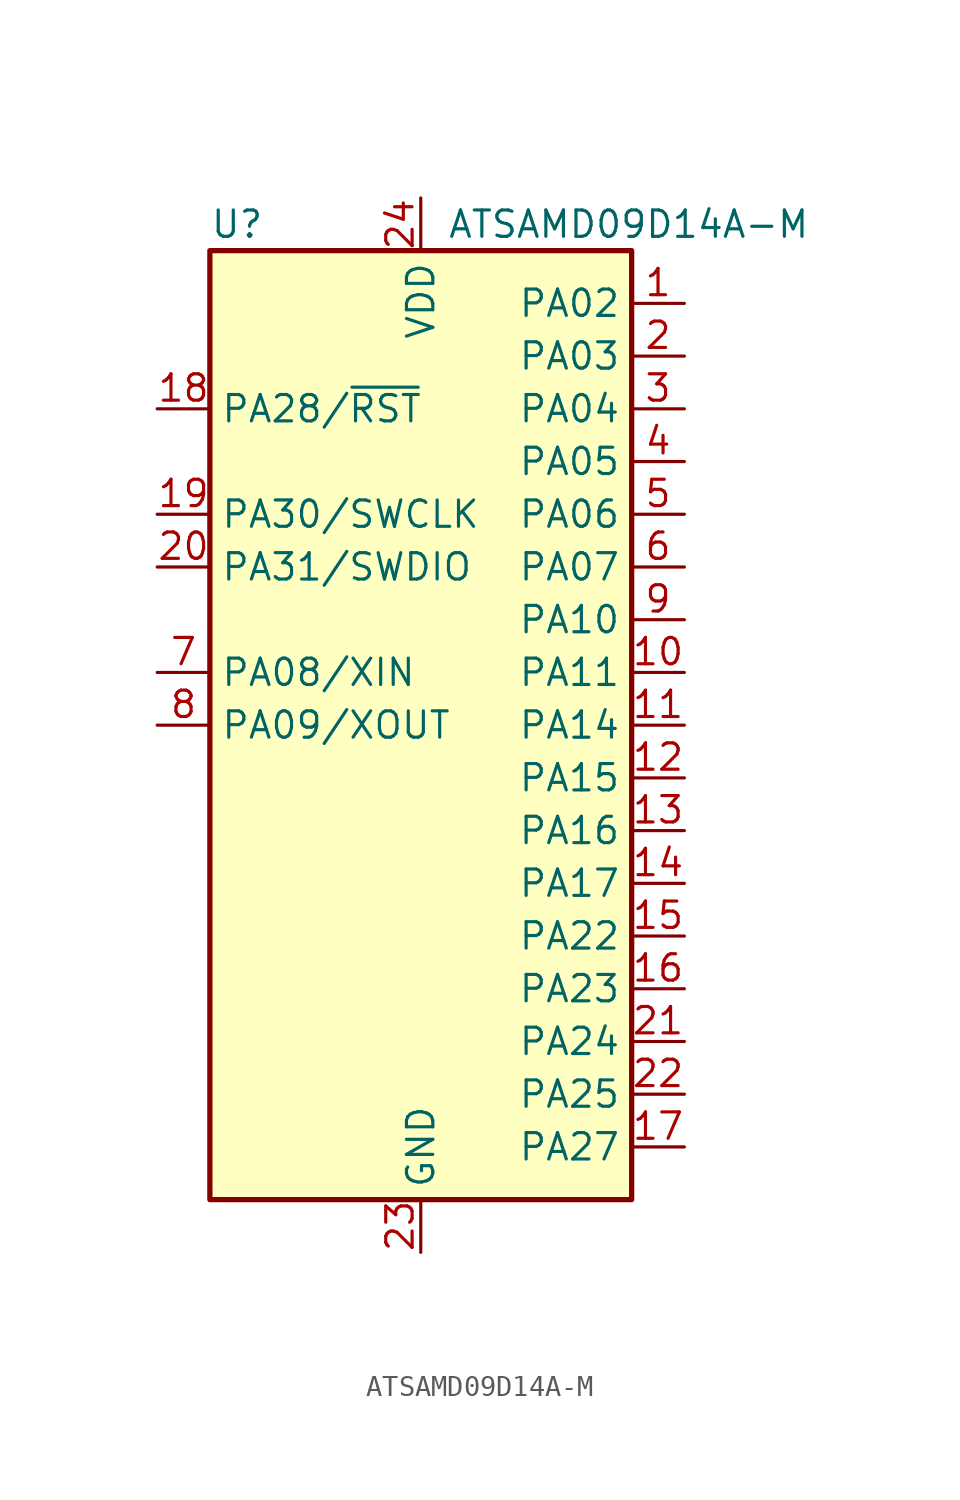
<source format=kicad_sym>
(kicad_symbol_lib
  (version 20211014)
  (generator kicad_symbol_editor)
  (symbol "ATSAMD09D14A-M"
    (property "Reference" "U"
      (at -10.16 24.13 0)
      (effects (font (size 1.27 1.27)) (justify left)))
    (property "Value" "ATSAMD09D14A-M"
      (at 1.27 24.13 0)
      (effects (font (size 1.27 1.27)) (justify left)))
    (symbol "ATSAMD09D14A-M_0_1"
      (rectangle (start -10.16 22.86) (end 10.16 -22.86) (stroke (width 0.254) (type default) (color 0 0 0 0)) (fill (type background))))
    (symbol "ATSAMD09D14A-M_1_1"
      (pin bidirectional line (at 12.7 20.32 180) (length 2.54) (name "PA02" (effects (font (size 1.27 1.27)))) (number "1" (effects (font (size 1.27 1.27)))))
      (pin bidirectional line (at 12.7 2.54 180) (length 2.54) (name "PA11" (effects (font (size 1.27 1.27)))) (number "10" (effects (font (size 1.27 1.27)))))
      (pin bidirectional line (at 12.7 0 180) (length 2.54) (name "PA14" (effects (font (size 1.27 1.27)))) (number "11" (effects (font (size 1.27 1.27)))))
      (pin bidirectional line (at 12.7 -2.54 180) (length 2.54) (name "PA15" (effects (font (size 1.27 1.27)))) (number "12" (effects (font (size 1.27 1.27)))))
      (pin bidirectional line (at 12.7 -5.08 180) (length 2.54) (name "PA16" (effects (font (size 1.27 1.27)))) (number "13" (effects (font (size 1.27 1.27)))))
      (pin bidirectional line (at 12.7 -7.62 180) (length 2.54) (name "PA17" (effects (font (size 1.27 1.27)))) (number "14" (effects (font (size 1.27 1.27)))))
      (pin bidirectional line (at 12.7 -10.16 180) (length 2.54) (name "PA22" (effects (font (size 1.27 1.27)))) (number "15" (effects (font (size 1.27 1.27)))))
      (pin bidirectional line (at 12.7 -12.7 180) (length 2.54) (name "PA23" (effects (font (size 1.27 1.27)))) (number "16" (effects (font (size 1.27 1.27)))))
      (pin bidirectional line (at 12.7 -20.32 180) (length 2.54) (name "PA27" (effects (font (size 1.27 1.27)))) (number "17" (effects (font (size 1.27 1.27)))))
      (pin bidirectional line (at -12.7 15.24 0) (length 2.54) (name "PA28/~{RST}" (effects (font (size 1.27 1.27)))) (number "18" (effects (font (size 1.27 1.27)))))
      (pin bidirectional line (at -12.7 10.16 0) (length 2.54) (name "PA30/SWCLK" (effects (font (size 1.27 1.27)))) (number "19" (effects (font (size 1.27 1.27)))))
      (pin bidirectional line (at 12.7 17.78 180) (length 2.54) (name "PA03" (effects (font (size 1.27 1.27)))) (number "2" (effects (font (size 1.27 1.27)))))
      (pin bidirectional line (at -12.7 7.62 0) (length 2.54) (name "PA31/SWDIO" (effects (font (size 1.27 1.27)))) (number "20" (effects (font (size 1.27 1.27)))))
      (pin bidirectional line (at 12.7 -15.24 180) (length 2.54) (name "PA24" (effects (font (size 1.27 1.27)))) (number "21" (effects (font (size 1.27 1.27)))))
      (pin bidirectional line (at 12.7 -17.78 180) (length 2.54) (name "PA25" (effects (font (size 1.27 1.27)))) (number "22" (effects (font (size 1.27 1.27)))))
      (pin power_in line (at 0 -25.4 90) (length 2.54) (name "GND" (effects (font (size 1.27 1.27)))) (number "23" (effects (font (size 1.27 1.27)))))
      (pin power_in line (at 0 25.4 270) (length 2.54) (name "VDD" (effects (font (size 1.27 1.27)))) (number "24" (effects (font (size 1.27 1.27)))))
      (pin power_in line (at 0 -25.4 90) (length 2.54) hide (name "GND" (effects (font (size 1.27 1.27)))) (number "25" (effects (font (size 1.27 1.27)))))
      (pin bidirectional line (at 12.7 15.24 180) (length 2.54) (name "PA04" (effects (font (size 1.27 1.27)))) (number "3" (effects (font (size 1.27 1.27)))))
      (pin bidirectional line (at 12.7 12.7 180) (length 2.54) (name "PA05" (effects (font (size 1.27 1.27)))) (number "4" (effects (font (size 1.27 1.27)))))
      (pin bidirectional line (at 12.7 10.16 180) (length 2.54) (name "PA06" (effects (font (size 1.27 1.27)))) (number "5" (effects (font (size 1.27 1.27)))))
      (pin bidirectional line (at 12.7 7.62 180) (length 2.54) (name "PA07" (effects (font (size 1.27 1.27)))) (number "6" (effects (font (size 1.27 1.27)))))
      (pin bidirectional line (at -12.7 2.54 0) (length 2.54) (name "PA08/XIN" (effects (font (size 1.27 1.27)))) (number "7" (effects (font (size 1.27 1.27)))))
      (pin bidirectional line (at -12.7 0 0) (length 2.54) (name "PA09/XOUT" (effects (font (size 1.27 1.27)))) (number "8" (effects (font (size 1.27 1.27)))))
      (pin bidirectional line (at 12.7 5.08 180) (length 2.54) (name "PA10" (effects (font (size 1.27 1.27)))) (number "9" (effects (font (size 1.27 1.27))))))))
</source>
